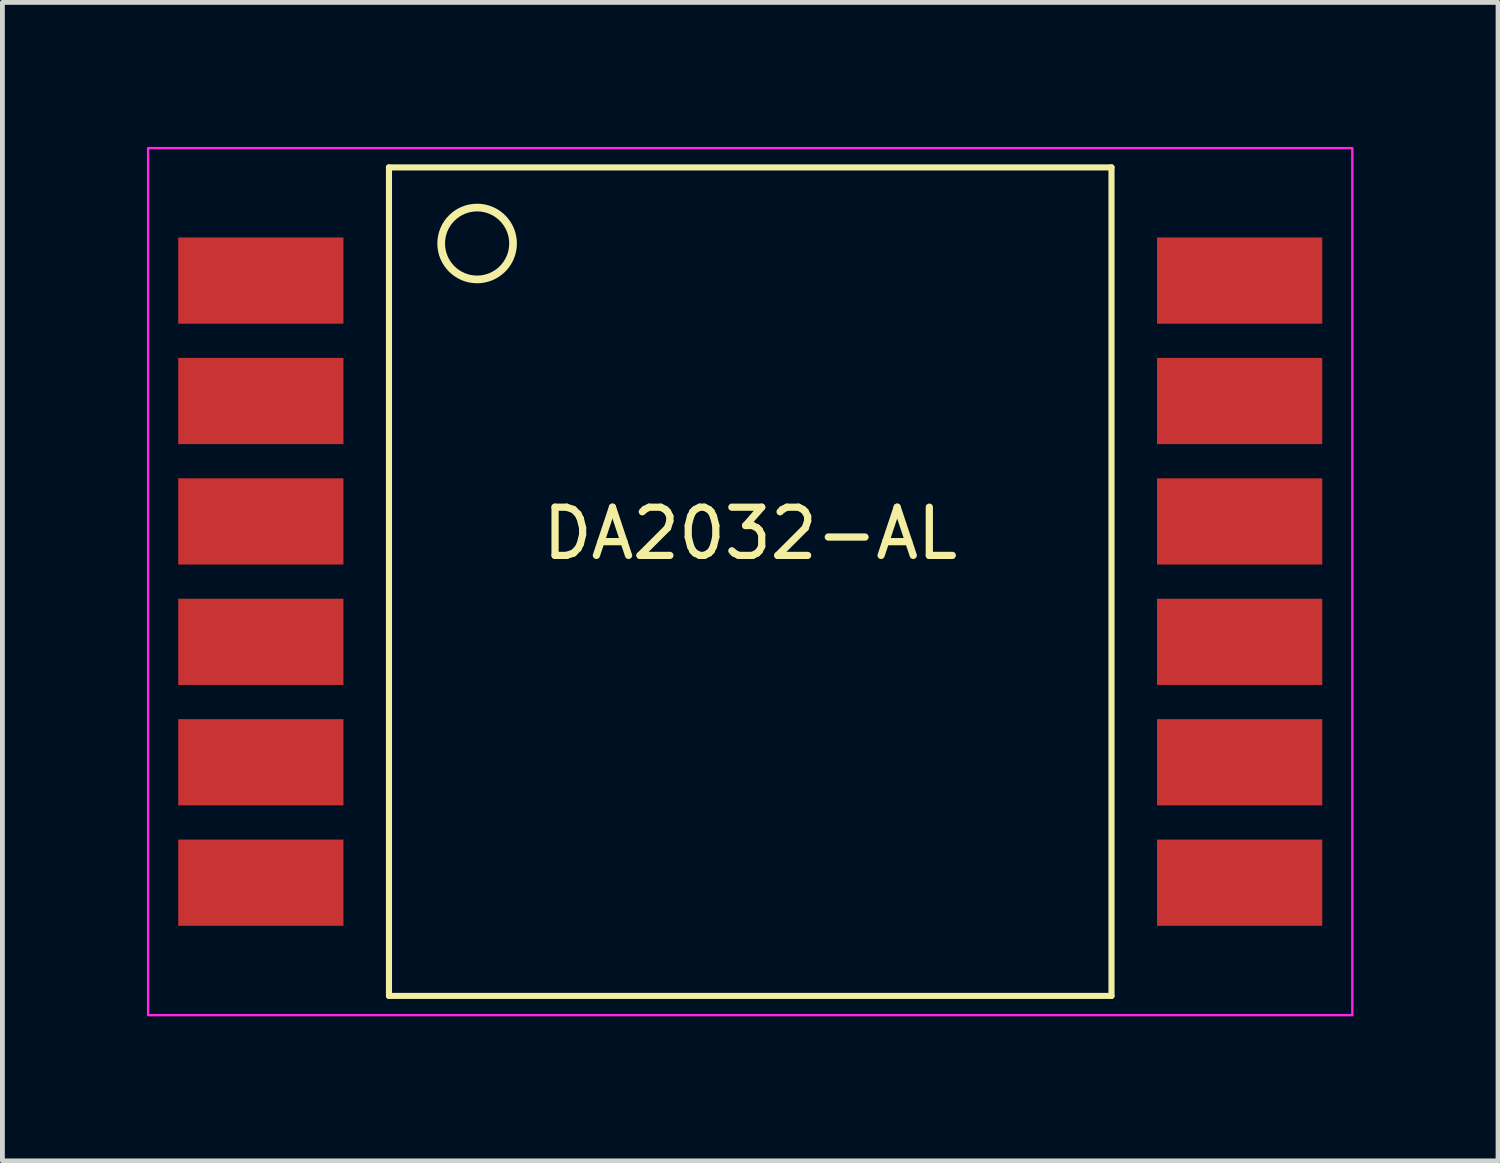
<source format=kicad_pcb>
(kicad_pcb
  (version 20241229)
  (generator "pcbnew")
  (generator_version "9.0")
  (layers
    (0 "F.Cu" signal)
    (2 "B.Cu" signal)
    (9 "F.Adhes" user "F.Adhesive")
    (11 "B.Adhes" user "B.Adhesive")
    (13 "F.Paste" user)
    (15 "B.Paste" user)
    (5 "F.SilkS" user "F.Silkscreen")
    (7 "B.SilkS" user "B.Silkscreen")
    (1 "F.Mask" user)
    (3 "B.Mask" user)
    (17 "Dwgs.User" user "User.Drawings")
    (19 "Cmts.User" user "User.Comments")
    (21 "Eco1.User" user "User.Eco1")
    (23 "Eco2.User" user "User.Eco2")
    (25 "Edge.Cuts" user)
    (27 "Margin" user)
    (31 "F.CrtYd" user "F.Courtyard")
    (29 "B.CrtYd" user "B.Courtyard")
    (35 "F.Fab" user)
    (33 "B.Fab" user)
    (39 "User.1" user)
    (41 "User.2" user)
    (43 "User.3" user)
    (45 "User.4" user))
  (footprint "DA2032-AL"
    (layer "F.Cu")
    (at 12.525 9.025)
    (property "Reference" "DA2032-AL" (at 0 -1 0) (layer "F.SilkS") (effects (font (size 1.001 1.001) (thickness 0.15))))
    (attr smd)
    (fp_line (start -7.5 -8.6) (end 7.5 -8.6) (stroke (width 0.127) (type solid)) (layer "F.SilkS"))
    (fp_line (start -7.5 8.6) (end -7.5 -8.6) (stroke (width 0.127) (type solid)) (layer "F.SilkS"))
    (fp_line (start 7.5 -8.6) (end 7.5 8.6) (stroke (width 0.127) (type solid)) (layer "F.SilkS"))
    (fp_line (start 7.5 8.6) (end -7.5 8.6) (stroke (width 0.127) (type solid)) (layer "F.SilkS"))
    (fp_circle (center -5.67 -7.02) (end -4.924 -7.02) (stroke (width 0.16) (type solid)) (fill no) (layer "F.SilkS"))
    (fp_rect (start -12.5 -9) (end 12.5 9) (stroke (width 0.05) (type default)) (fill no) (layer "F.CrtYd"))
    (pad "1" smd rect (at -10.16 -6.25) (size 3.43 1.79) (layers "F.Cu" "F.Mask" "F.Paste"))
    (pad "2" smd rect (at -10.16 -3.75) (size 3.43 1.79) (layers "F.Cu" "F.Mask" "F.Paste"))
    (pad "3" smd rect (at -10.16 -1.25) (size 3.43 1.79) (layers "F.Cu" "F.Mask" "F.Paste"))
    (pad "4" smd rect (at -10.16 1.25) (size 3.43 1.79) (layers "F.Cu" "F.Mask" "F.Paste"))
    (pad "5" smd rect (at -10.16 3.75) (size 3.43 1.79) (layers "F.Cu" "F.Mask" "F.Paste"))
    (pad "6" smd rect (at -10.16 6.25) (size 3.43 1.79) (layers "F.Cu" "F.Mask" "F.Paste"))
    (pad "7" smd rect (at 10.16 6.25) (size 3.43 1.79) (layers "F.Cu" "F.Mask" "F.Paste"))
    (pad "8" smd rect (at 10.16 3.75) (size 3.43 1.79) (layers "F.Cu" "F.Mask" "F.Paste"))
    (pad "9" smd rect (at 10.16 1.25) (size 3.43 1.79) (layers "F.Cu" "F.Mask" "F.Paste"))
    (pad "10" smd rect (at 10.16 -1.25) (size 3.43 1.79) (layers "F.Cu" "F.Mask" "F.Paste"))
    (pad "11" smd rect (at 10.16 -3.75) (size 3.43 1.79) (layers "F.Cu" "F.Mask" "F.Paste"))
    (pad "12" smd rect (at 10.16 -6.25) (size 3.43 1.79) (layers "F.Cu" "F.Mask" "F.Paste")))
  (gr_rect
    (start -3 -3)
    (end 28.05 21.05)
    (stroke (width 0.1) (type default))
    (fill no)
    (layer "Edge.Cuts")))
</source>
